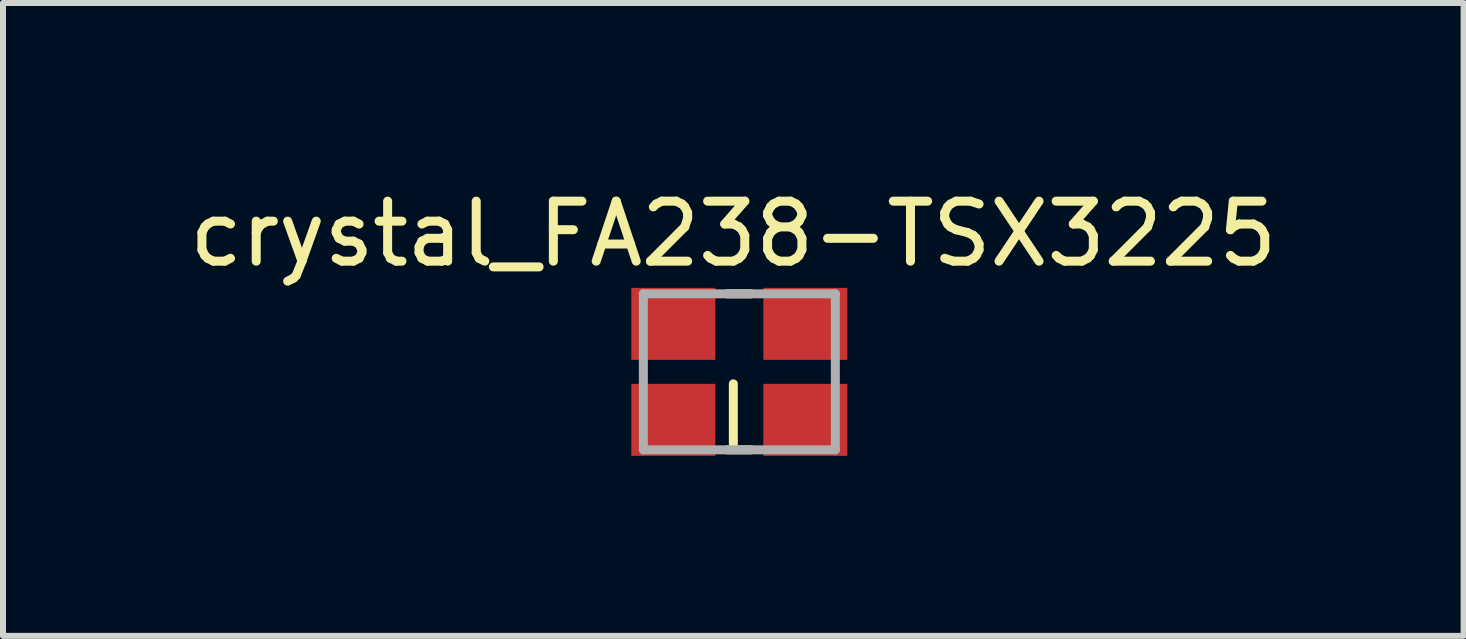
<source format=kicad_pcb>
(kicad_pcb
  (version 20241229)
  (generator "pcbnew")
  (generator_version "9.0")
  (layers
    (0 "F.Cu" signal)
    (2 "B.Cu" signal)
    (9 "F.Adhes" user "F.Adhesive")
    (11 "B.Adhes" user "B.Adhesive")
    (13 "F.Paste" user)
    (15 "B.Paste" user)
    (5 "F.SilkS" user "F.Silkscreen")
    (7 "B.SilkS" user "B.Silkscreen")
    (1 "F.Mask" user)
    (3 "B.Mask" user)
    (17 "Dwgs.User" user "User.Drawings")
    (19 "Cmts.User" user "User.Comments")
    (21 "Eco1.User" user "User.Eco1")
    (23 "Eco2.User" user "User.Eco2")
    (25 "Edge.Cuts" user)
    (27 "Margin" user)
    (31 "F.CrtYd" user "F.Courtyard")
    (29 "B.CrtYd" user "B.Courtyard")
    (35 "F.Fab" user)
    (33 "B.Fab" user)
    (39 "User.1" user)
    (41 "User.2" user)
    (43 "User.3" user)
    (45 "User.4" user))
  (footprint "crystal_FA238-TSX3225"
    (layer "F.Cu")
    (at 9.273 3.148)
    (property "Reference" "crystal_FA238-TSX3225" (at -0.1 -2.3 0) (layer "F.SilkS") (effects (font (size 1 1) (thickness 0.15))))
    (attr through_hole)
    (fp_line (start -0.2 -1.3) (end 0.2 -1.3) (stroke (width 0.15) (type solid)) (layer "F.SilkS"))
    (fp_line (start -0.2 1.3) (end 0.2 1.3) (stroke (width 0.15) (type solid)) (layer "F.SilkS"))
    (fp_line (start -0.1 1.2) (end -0.1 0.2) (stroke (width 0.15) (type solid)) (layer "F.SilkS"))
    (fp_line (start -1.6 -1.3) (end 1.6 -1.3) (stroke (width 0.15) (type solid)) (layer "F.Fab"))
    (fp_line (start -1.6 1.3) (end -1.6 -1.3) (stroke (width 0.15) (type solid)) (layer "F.Fab"))
    (fp_line (start 1.6 -1.3) (end 1.6 1.3) (stroke (width 0.15) (type solid)) (layer "F.Fab"))
    (fp_line (start 1.6 1.3) (end -1.6 1.3) (stroke (width 0.15) (type solid)) (layer "F.Fab"))
    (pad "1" smd rect (at -1.1 0.8) (size 1.4 1.2) (layers "F.Cu" "F.Mask" "F.Paste"))
    (pad "2" smd rect (at 1.1 -0.8) (size 1.4 1.2) (layers "F.Cu" "F.Mask" "F.Paste"))
    (pad "3" smd rect (at -1.1 -0.8) (size 1.4 1.2) (layers "F.Cu" "F.Mask" "F.Paste"))
    (pad "3" smd rect (at 1.1 0.8) (size 1.4 1.2) (layers "F.Cu" "F.Mask" "F.Paste")))
  (gr_rect
    (start -3 -3)
    (end 21.345 7.548)
    (stroke (width 0.1) (type default))
    (fill no)
    (layer "Edge.Cuts")))
</source>
